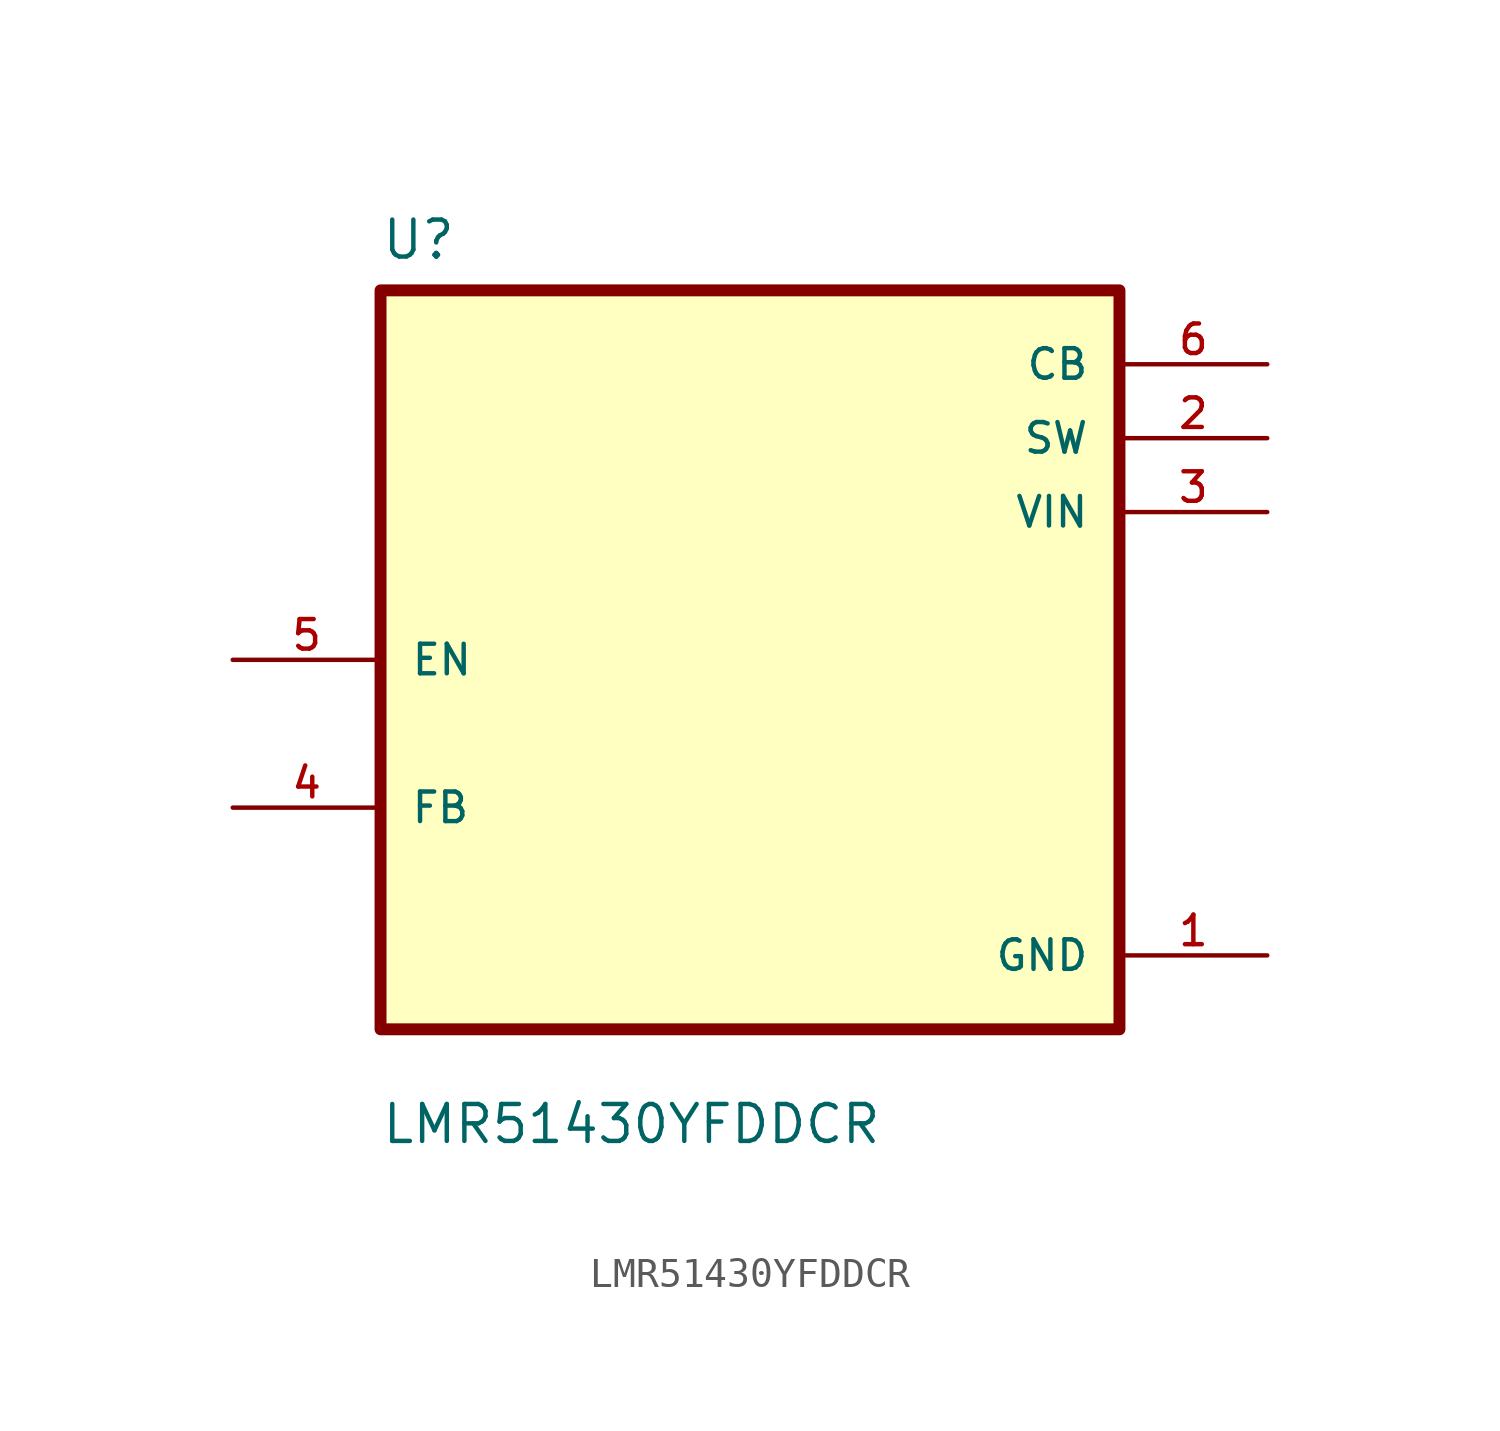
<source format=kicad_sym>
(kicad_symbol_lib
  (version 20211014)
  (generator kicad_symbol_editor)
  (symbol "LMR51430YFDDCR"
    (pin_names
      (offset 1.016))
    (property "Reference" "U"
      (at -12.7 13.7 0.0)
      (effects (font (size 1.27 1.27)) (justify bottom left)))
    (property "Value" "LMR51430YFDDCR"
      (at -12.7 -16.7 0.0)
      (effects (font (size 1.27 1.27)) (justify bottom left)))
    (symbol "LMR51430YFDDCR_0_0"
      (rectangle (start -12.7 -12.7) (end 12.7 12.7) (stroke (width 0.41)) (fill (type background)))
      (pin bidirectional line (at -17.78 -8.881784197e-16 0) (length 5.08) (name "EN" (effects (font (size 1.016 1.016)))) (number "5" (effects (font (size 1.016 1.016)))))
      (pin bidirectional line (at -17.78 -5.08 0) (length 5.08) (name "FB" (effects (font (size 1.016 1.016)))) (number "4" (effects (font (size 1.016 1.016)))))
      (pin power_in line (at 17.78 10.16 180.0) (length 5.08) (name "CB" (effects (font (size 1.016 1.016)))) (number "6" (effects (font (size 1.016 1.016)))))
      (pin power_in line (at 17.78 7.62 180.0) (length 5.08) (name "SW" (effects (font (size 1.016 1.016)))) (number "2" (effects (font (size 1.016 1.016)))))
      (pin power_in line (at 17.78 5.08 180.0) (length 5.08) (name "VIN" (effects (font (size 1.016 1.016)))) (number "3" (effects (font (size 1.016 1.016)))))
      (pin power_in line (at 17.78 -10.16 180.0) (length 5.08) (name "GND" (effects (font (size 1.016 1.016)))) (number "1" (effects (font (size 1.016 1.016))))))))
</source>
